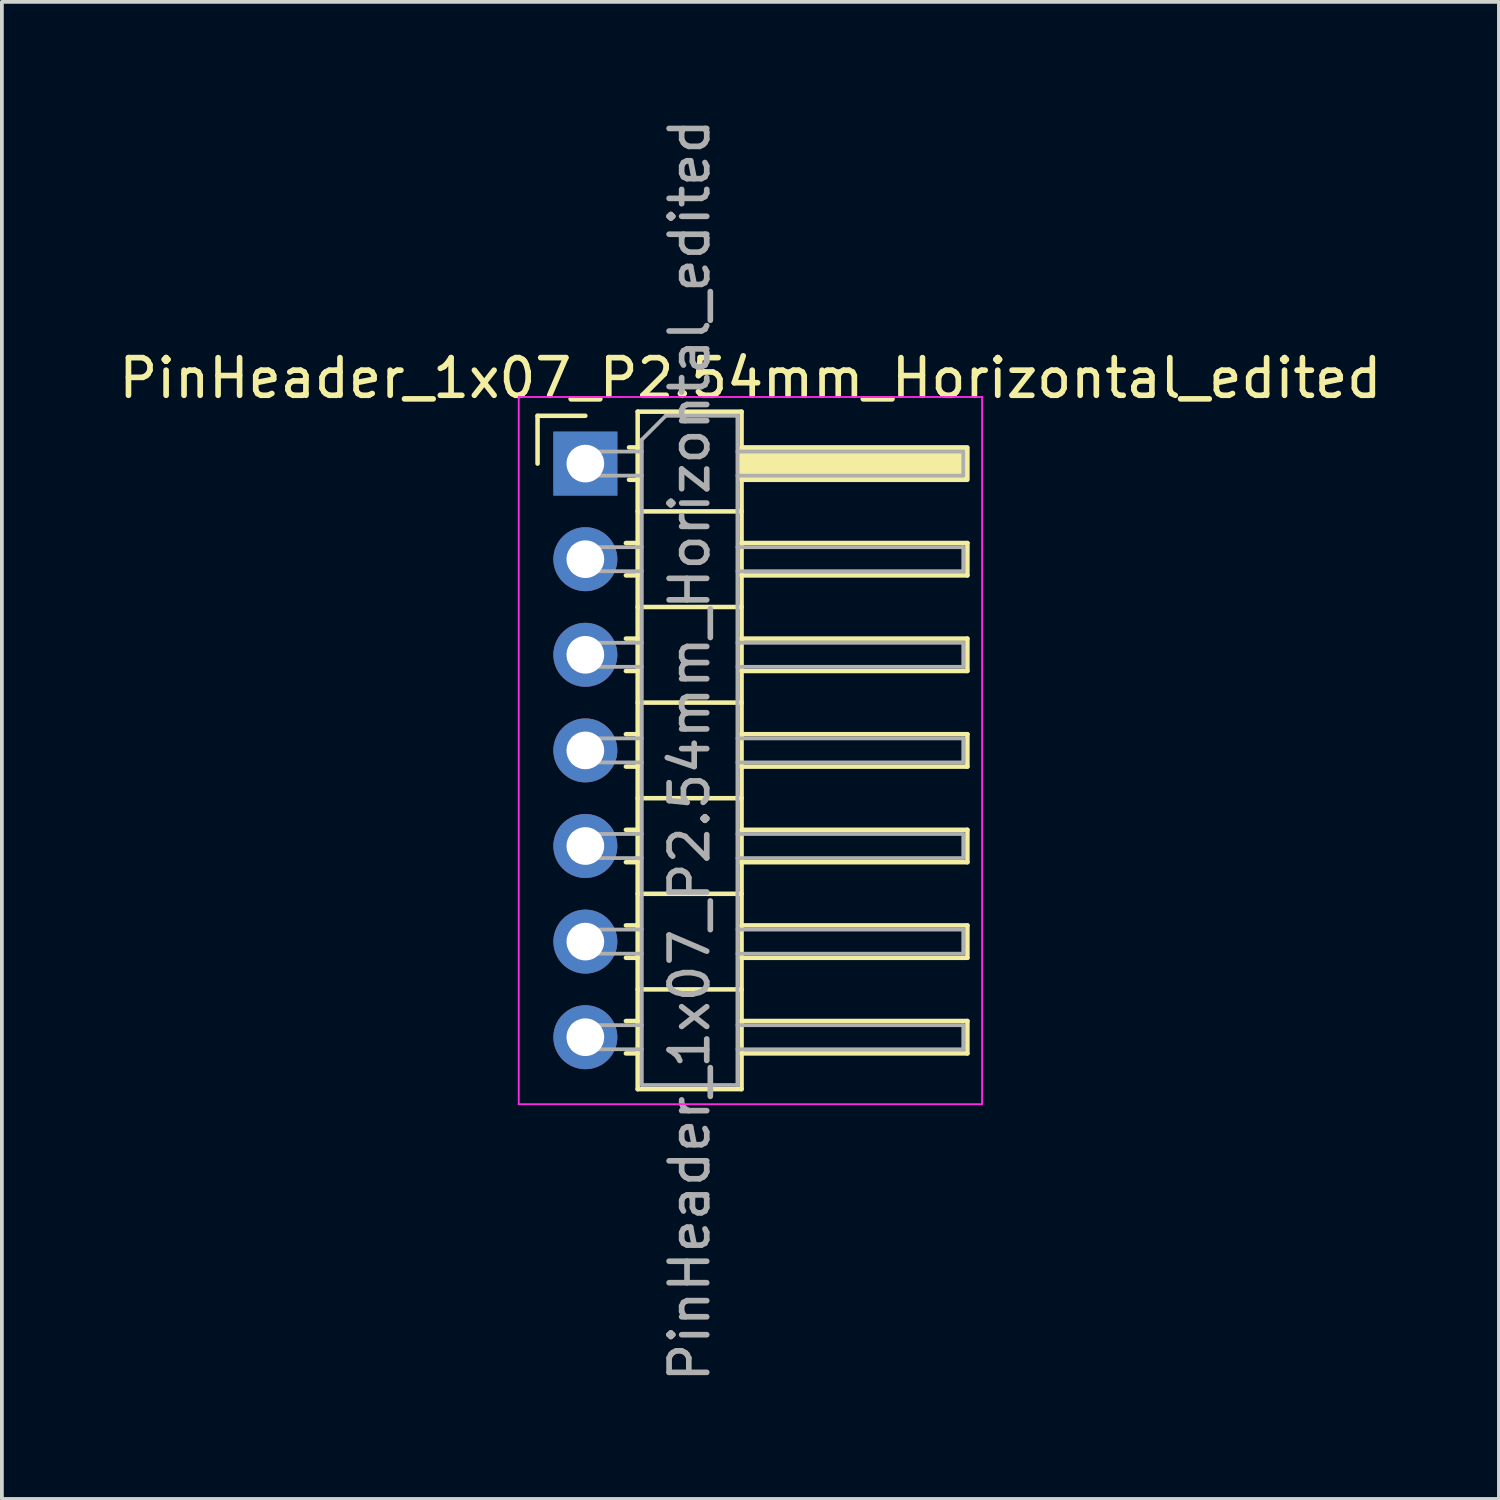
<source format=kicad_pcb>
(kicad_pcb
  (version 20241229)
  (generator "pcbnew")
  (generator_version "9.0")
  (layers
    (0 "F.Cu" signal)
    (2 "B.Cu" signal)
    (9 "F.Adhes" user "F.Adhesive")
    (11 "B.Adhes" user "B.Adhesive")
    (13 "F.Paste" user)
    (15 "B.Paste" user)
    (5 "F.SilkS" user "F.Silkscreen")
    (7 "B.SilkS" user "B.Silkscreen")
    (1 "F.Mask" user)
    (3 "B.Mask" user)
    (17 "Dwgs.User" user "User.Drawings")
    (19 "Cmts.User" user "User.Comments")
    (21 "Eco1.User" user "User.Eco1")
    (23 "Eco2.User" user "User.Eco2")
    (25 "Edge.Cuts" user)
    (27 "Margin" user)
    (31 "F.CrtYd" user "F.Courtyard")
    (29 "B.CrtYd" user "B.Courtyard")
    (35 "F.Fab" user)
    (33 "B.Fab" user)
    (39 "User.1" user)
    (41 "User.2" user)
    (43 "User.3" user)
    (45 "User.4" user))
  (footprint "PinHeader_1x07_P2.54mm_Horizontal_edited"
    (layer "F.Cu")
    (at 12.502 16.887)
    (property "Reference" "PinHeader_1x07_P2.54mm_Horizontal_edited" (at 4.385 -9.89 0) (layer "F.SilkS") (effects (font (size 1 1) (thickness 0.15))))
    (attr through_hole)
    (fp_line (start -1.27 -8.89) (end 0 -8.89) (stroke (width 0.12) (type solid)) (layer "F.SilkS"))
    (fp_line (start -1.27 -7.62) (end -1.27 -8.89) (stroke (width 0.12) (type solid)) (layer "F.SilkS"))
    (fp_line (start 1.077 -5.51) (end 1.39 -5.51) (stroke (width 0.12) (type solid)) (layer "F.SilkS"))
    (fp_line (start 1.077 -4.65) (end 1.39 -4.65) (stroke (width 0.12) (type solid)) (layer "F.SilkS"))
    (fp_line (start 1.077 -2.97) (end 1.39 -2.97) (stroke (width 0.12) (type solid)) (layer "F.SilkS"))
    (fp_line (start 1.077 -2.11) (end 1.39 -2.11) (stroke (width 0.12) (type solid)) (layer "F.SilkS"))
    (fp_line (start 1.077 -0.43) (end 1.39 -0.43) (stroke (width 0.12) (type solid)) (layer "F.SilkS"))
    (fp_line (start 1.077 0.43) (end 1.39 0.43) (stroke (width 0.12) (type solid)) (layer "F.SilkS"))
    (fp_line (start 1.077 2.11) (end 1.39 2.11) (stroke (width 0.12) (type solid)) (layer "F.SilkS"))
    (fp_line (start 1.077 2.97) (end 1.39 2.97) (stroke (width 0.12) (type solid)) (layer "F.SilkS"))
    (fp_line (start 1.077 4.65) (end 1.39 4.65) (stroke (width 0.12) (type solid)) (layer "F.SilkS"))
    (fp_line (start 1.077 5.51) (end 1.39 5.51) (stroke (width 0.12) (type solid)) (layer "F.SilkS"))
    (fp_line (start 1.077 7.19) (end 1.39 7.19) (stroke (width 0.12) (type solid)) (layer "F.SilkS"))
    (fp_line (start 1.077 8.05) (end 1.39 8.05) (stroke (width 0.12) (type solid)) (layer "F.SilkS"))
    (fp_line (start 1.16 -8.05) (end 1.39 -8.05) (stroke (width 0.12) (type solid)) (layer "F.SilkS"))
    (fp_line (start 1.16 -7.19) (end 1.39 -7.19) (stroke (width 0.12) (type solid)) (layer "F.SilkS"))
    (fp_line (start 1.39 -9) (end 1.39 9) (stroke (width 0.12) (type solid)) (layer "F.SilkS"))
    (fp_line (start 1.39 -6.35) (end 4.15 -6.35) (stroke (width 0.12) (type solid)) (layer "F.SilkS"))
    (fp_line (start 1.39 -3.81) (end 4.15 -3.81) (stroke (width 0.12) (type solid)) (layer "F.SilkS"))
    (fp_line (start 1.39 -1.27) (end 4.15 -1.27) (stroke (width 0.12) (type solid)) (layer "F.SilkS"))
    (fp_line (start 1.39 1.27) (end 4.15 1.27) (stroke (width 0.12) (type solid)) (layer "F.SilkS"))
    (fp_line (start 1.39 3.81) (end 4.15 3.81) (stroke (width 0.12) (type solid)) (layer "F.SilkS"))
    (fp_line (start 1.39 6.35) (end 4.15 6.35) (stroke (width 0.12) (type solid)) (layer "F.SilkS"))
    (fp_line (start 1.39 9) (end 4.15 9) (stroke (width 0.12) (type solid)) (layer "F.SilkS"))
    (fp_line (start 4.15 -9) (end 1.39 -9) (stroke (width 0.12) (type solid)) (layer "F.SilkS"))
    (fp_line (start 4.15 -5.51) (end 10.15 -5.51) (stroke (width 0.12) (type solid)) (layer "F.SilkS"))
    (fp_line (start 4.15 -2.97) (end 10.15 -2.97) (stroke (width 0.12) (type solid)) (layer "F.SilkS"))
    (fp_line (start 4.15 -0.43) (end 10.15 -0.43) (stroke (width 0.12) (type solid)) (layer "F.SilkS"))
    (fp_line (start 4.15 2.11) (end 10.15 2.11) (stroke (width 0.12) (type solid)) (layer "F.SilkS"))
    (fp_line (start 4.15 4.65) (end 10.15 4.65) (stroke (width 0.12) (type solid)) (layer "F.SilkS"))
    (fp_line (start 4.15 7.19) (end 10.15 7.19) (stroke (width 0.12) (type solid)) (layer "F.SilkS"))
    (fp_line (start 4.15 9) (end 4.15 -9) (stroke (width 0.12) (type solid)) (layer "F.SilkS"))
    (fp_line (start 10.15 -5.51) (end 10.15 -4.65) (stroke (width 0.12) (type solid)) (layer "F.SilkS"))
    (fp_line (start 10.15 -4.65) (end 4.15 -4.65) (stroke (width 0.12) (type solid)) (layer "F.SilkS"))
    (fp_line (start 10.15 -2.97) (end 10.15 -2.11) (stroke (width 0.12) (type solid)) (layer "F.SilkS"))
    (fp_line (start 10.15 -2.11) (end 4.15 -2.11) (stroke (width 0.12) (type solid)) (layer "F.SilkS"))
    (fp_line (start 10.15 -0.43) (end 10.15 0.43) (stroke (width 0.12) (type solid)) (layer "F.SilkS"))
    (fp_line (start 10.15 0.43) (end 4.15 0.43) (stroke (width 0.12) (type solid)) (layer "F.SilkS"))
    (fp_line (start 10.15 2.11) (end 10.15 2.97) (stroke (width 0.12) (type solid)) (layer "F.SilkS"))
    (fp_line (start 10.15 2.97) (end 4.15 2.97) (stroke (width 0.12) (type solid)) (layer "F.SilkS"))
    (fp_line (start 10.15 4.65) (end 10.15 5.51) (stroke (width 0.12) (type solid)) (layer "F.SilkS"))
    (fp_line (start 10.15 5.51) (end 4.15 5.51) (stroke (width 0.12) (type solid)) (layer "F.SilkS"))
    (fp_line (start 10.15 7.19) (end 10.15 8.05) (stroke (width 0.12) (type solid)) (layer "F.SilkS"))
    (fp_line (start 10.15 8.05) (end 4.15 8.05) (stroke (width 0.12) (type solid)) (layer "F.SilkS"))
    (fp_rect (start 4.15 -8.05) (end 10.15 -7.19) (stroke (width 0.12) (type solid)) (fill yes) (layer "F.SilkS"))
    (fp_line (start -1.77 -9.39) (end -1.77 9.4) (stroke (width 0.05) (type solid)) (layer "F.CrtYd"))
    (fp_line (start -1.77 9.4) (end 10.54 9.4) (stroke (width 0.05) (type solid)) (layer "F.CrtYd"))
    (fp_line (start 10.54 -9.39) (end -1.77 -9.39) (stroke (width 0.05) (type solid)) (layer "F.CrtYd"))
    (fp_line (start 10.54 9.4) (end 10.54 -9.39) (stroke (width 0.05) (type solid)) (layer "F.CrtYd"))
    (fp_line (start -0.32 -7.94) (end -0.32 -7.3) (stroke (width 0.1) (type solid)) (layer "F.Fab"))
    (fp_line (start -0.32 -7.94) (end 1.5 -7.94) (stroke (width 0.1) (type solid)) (layer "F.Fab"))
    (fp_line (start -0.32 -7.3) (end 1.5 -7.3) (stroke (width 0.1) (type solid)) (layer "F.Fab"))
    (fp_line (start -0.32 -5.4) (end -0.32 -4.76) (stroke (width 0.1) (type solid)) (layer "F.Fab"))
    (fp_line (start -0.32 -5.4) (end 1.5 -5.4) (stroke (width 0.1) (type solid)) (layer "F.Fab"))
    (fp_line (start -0.32 -4.76) (end 1.5 -4.76) (stroke (width 0.1) (type solid)) (layer "F.Fab"))
    (fp_line (start -0.32 -2.86) (end -0.32 -2.22) (stroke (width 0.1) (type solid)) (layer "F.Fab"))
    (fp_line (start -0.32 -2.86) (end 1.5 -2.86) (stroke (width 0.1) (type solid)) (layer "F.Fab"))
    (fp_line (start -0.32 -2.22) (end 1.5 -2.22) (stroke (width 0.1) (type solid)) (layer "F.Fab"))
    (fp_line (start -0.32 -0.32) (end -0.32 0.32) (stroke (width 0.1) (type solid)) (layer "F.Fab"))
    (fp_line (start -0.32 -0.32) (end 1.5 -0.32) (stroke (width 0.1) (type solid)) (layer "F.Fab"))
    (fp_line (start -0.32 0.32) (end 1.5 0.32) (stroke (width 0.1) (type solid)) (layer "F.Fab"))
    (fp_line (start -0.32 2.22) (end -0.32 2.86) (stroke (width 0.1) (type solid)) (layer "F.Fab"))
    (fp_line (start -0.32 2.22) (end 1.5 2.22) (stroke (width 0.1) (type solid)) (layer "F.Fab"))
    (fp_line (start -0.32 2.86) (end 1.5 2.86) (stroke (width 0.1) (type solid)) (layer "F.Fab"))
    (fp_line (start -0.32 4.76) (end -0.32 5.4) (stroke (width 0.1) (type solid)) (layer "F.Fab"))
    (fp_line (start -0.32 4.76) (end 1.5 4.76) (stroke (width 0.1) (type solid)) (layer "F.Fab"))
    (fp_line (start -0.32 5.4) (end 1.5 5.4) (stroke (width 0.1) (type solid)) (layer "F.Fab"))
    (fp_line (start -0.32 7.3) (end -0.32 7.94) (stroke (width 0.1) (type solid)) (layer "F.Fab"))
    (fp_line (start -0.32 7.3) (end 1.5 7.3) (stroke (width 0.1) (type solid)) (layer "F.Fab"))
    (fp_line (start -0.32 7.94) (end 1.5 7.94) (stroke (width 0.1) (type solid)) (layer "F.Fab"))
    (fp_line (start 1.5 -8.255) (end 2.135 -8.89) (stroke (width 0.1) (type solid)) (layer "F.Fab"))
    (fp_line (start 1.5 8.89) (end 1.5 -8.255) (stroke (width 0.1) (type solid)) (layer "F.Fab"))
    (fp_line (start 2.135 -8.89) (end 4.04 -8.89) (stroke (width 0.1) (type solid)) (layer "F.Fab"))
    (fp_line (start 4.04 -8.89) (end 4.04 8.89) (stroke (width 0.1) (type solid)) (layer "F.Fab"))
    (fp_line (start 4.04 -7.94) (end 10.04 -7.94) (stroke (width 0.1) (type solid)) (layer "F.Fab"))
    (fp_line (start 4.04 -7.3) (end 10.04 -7.3) (stroke (width 0.1) (type solid)) (layer "F.Fab"))
    (fp_line (start 4.04 -5.4) (end 10.04 -5.4) (stroke (width 0.1) (type solid)) (layer "F.Fab"))
    (fp_line (start 4.04 -4.76) (end 10.04 -4.76) (stroke (width 0.1) (type solid)) (layer "F.Fab"))
    (fp_line (start 4.04 -2.86) (end 10.04 -2.86) (stroke (width 0.1) (type solid)) (layer "F.Fab"))
    (fp_line (start 4.04 -2.22) (end 10.04 -2.22) (stroke (width 0.1) (type solid)) (layer "F.Fab"))
    (fp_line (start 4.04 -0.32) (end 10.04 -0.32) (stroke (width 0.1) (type solid)) (layer "F.Fab"))
    (fp_line (start 4.04 0.32) (end 10.04 0.32) (stroke (width 0.1) (type solid)) (layer "F.Fab"))
    (fp_line (start 4.04 2.22) (end 10.04 2.22) (stroke (width 0.1) (type solid)) (layer "F.Fab"))
    (fp_line (start 4.04 2.86) (end 10.04 2.86) (stroke (width 0.1) (type solid)) (layer "F.Fab"))
    (fp_line (start 4.04 4.76) (end 10.04 4.76) (stroke (width 0.1) (type solid)) (layer "F.Fab"))
    (fp_line (start 4.04 5.4) (end 10.04 5.4) (stroke (width 0.1) (type solid)) (layer "F.Fab"))
    (fp_line (start 4.04 7.3) (end 10.04 7.3) (stroke (width 0.1) (type solid)) (layer "F.Fab"))
    (fp_line (start 4.04 7.94) (end 10.04 7.94) (stroke (width 0.1) (type solid)) (layer "F.Fab"))
    (fp_line (start 4.04 8.89) (end 1.5 8.89) (stroke (width 0.1) (type solid)) (layer "F.Fab"))
    (fp_line (start 10.04 -7.94) (end 10.04 -7.3) (stroke (width 0.1) (type solid)) (layer "F.Fab"))
    (fp_line (start 10.04 -5.4) (end 10.04 -4.76) (stroke (width 0.1) (type solid)) (layer "F.Fab"))
    (fp_line (start 10.04 -2.86) (end 10.04 -2.22) (stroke (width 0.1) (type solid)) (layer "F.Fab"))
    (fp_line (start 10.04 -0.32) (end 10.04 0.32) (stroke (width 0.1) (type solid)) (layer "F.Fab"))
    (fp_line (start 10.04 2.22) (end 10.04 2.86) (stroke (width 0.1) (type solid)) (layer "F.Fab"))
    (fp_line (start 10.04 4.76) (end 10.04 5.4) (stroke (width 0.1) (type solid)) (layer "F.Fab"))
    (fp_line (start 10.04 7.3) (end 10.04 7.94) (stroke (width 0.1) (type solid)) (layer "F.Fab"))
    (fp_text user "${REFERENCE}" (at 2.77 0 90) (layer "F.Fab") (effects (font (size 1 1) (thickness 0.15))))
    (pad "1" thru_hole rect (at 0 -7.62) (size 1.7 1.7) (drill 1) (layers "*.Cu" "*.Mask"))
    (pad "2" thru_hole circle (at 0 -5.08) (size 1.7 1.7) (drill 1) (layers "*.Cu" "*.Mask"))
    (pad "3" thru_hole circle (at 0 -2.54) (size 1.7 1.7) (drill 1) (layers "*.Cu" "*.Mask"))
    (pad "4" thru_hole circle (at 0 0) (size 1.7 1.7) (drill 1) (layers "*.Cu" "*.Mask"))
    (pad "5" thru_hole circle (at 0 2.54) (size 1.7 1.7) (drill 1) (layers "*.Cu" "*.Mask"))
    (pad "6" thru_hole circle (at 0 5.08) (size 1.7 1.7) (drill 1) (layers "*.Cu" "*.Mask"))
    (pad "7" thru_hole circle (at 0 7.62) (size 1.7 1.7) (drill 1) (layers "*.Cu" "*.Mask")))
  (gr_rect
    (start -3 -3)
    (end 36.774 36.774)
    (stroke (width 0.1) (type default))
    (fill no)
    (layer "Edge.Cuts")))
</source>
